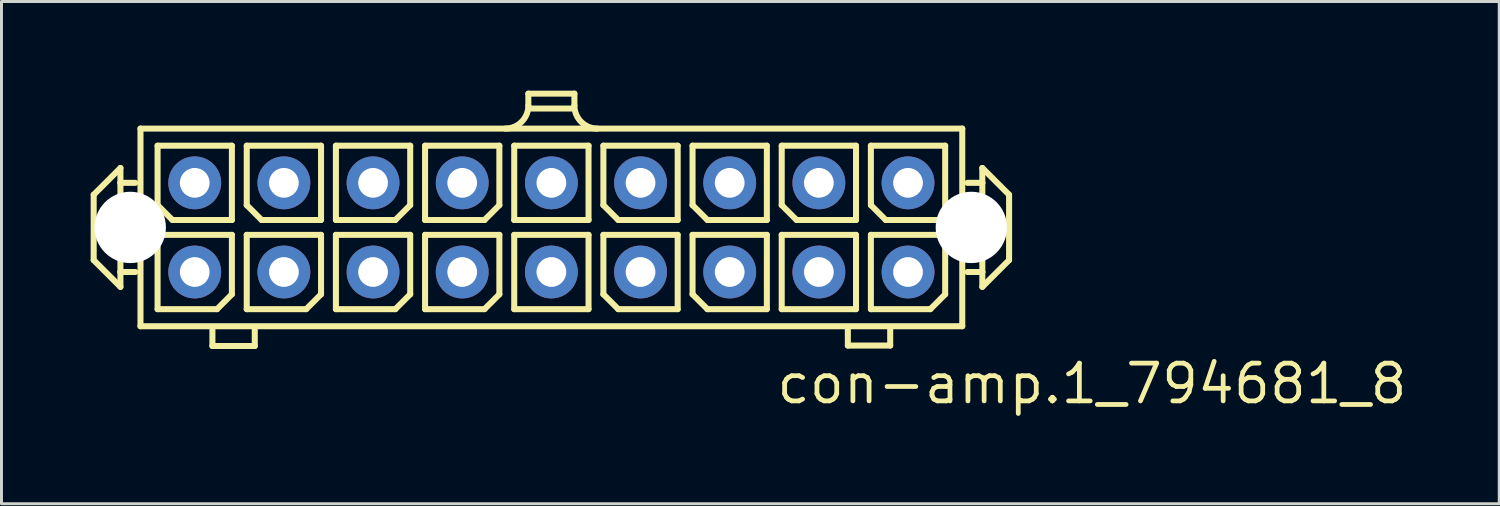
<source format=kicad_pcb>
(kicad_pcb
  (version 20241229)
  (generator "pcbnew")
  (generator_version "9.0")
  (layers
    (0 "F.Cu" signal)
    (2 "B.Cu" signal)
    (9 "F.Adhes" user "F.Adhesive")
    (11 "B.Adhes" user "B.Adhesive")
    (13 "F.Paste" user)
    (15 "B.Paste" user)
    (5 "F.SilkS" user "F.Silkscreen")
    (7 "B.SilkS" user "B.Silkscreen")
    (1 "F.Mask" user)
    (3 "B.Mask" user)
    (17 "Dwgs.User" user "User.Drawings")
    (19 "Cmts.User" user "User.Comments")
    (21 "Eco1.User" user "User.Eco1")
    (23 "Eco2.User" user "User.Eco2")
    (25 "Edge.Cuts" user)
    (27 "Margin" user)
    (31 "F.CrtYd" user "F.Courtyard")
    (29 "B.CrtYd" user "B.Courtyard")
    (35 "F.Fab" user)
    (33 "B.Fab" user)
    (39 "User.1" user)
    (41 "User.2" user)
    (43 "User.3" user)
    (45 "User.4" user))
  (footprint "con-amp.1_794681_8"
    (layer "F.Cu")
    (at 15.502 4.602)
    (property "Reference" "con-amp.1_794681_8" (at 7.5 6 0) (layer "F.SilkS") (effects (font (size 1.27 1.27) (thickness 0.16)) (justify left bottom)))
    (attr through_hole)
    (fp_line (start -15.4 -1.1) (end -14.5 -2) (stroke (width 0.203) (type default)) (layer "F.SilkS"))
    (fp_line (start -15.4 1.1) (end -15.4 -1.1) (stroke (width 0.203) (type default)) (layer "F.SilkS"))
    (fp_line (start -14.5 -2) (end -14.5 -1.5) (stroke (width 0.203) (type default)) (layer "F.SilkS"))
    (fp_line (start -14.5 -1.5) (end -14.5 1.5) (stroke (width 0.203) (type default)) (layer "F.SilkS"))
    (fp_line (start -14.5 -1.5) (end -14 -1.5) (stroke (width 0.203) (type default)) (layer "F.SilkS"))
    (fp_line (start -14.5 1.5) (end -14.5 2) (stroke (width 0.203) (type default)) (layer "F.SilkS"))
    (fp_line (start -14.5 1.5) (end -14 1.5) (stroke (width 0.203) (type default)) (layer "F.SilkS"))
    (fp_line (start -14.5 2) (end -15.4 1.1) (stroke (width 0.203) (type default)) (layer "F.SilkS"))
    (fp_line (start -13.825 -3.325) (end 13.825 -3.325) (stroke (width 0.203) (type default)) (layer "F.SilkS"))
    (fp_line (start -13.825 3.325) (end -13.825 -3.325) (stroke (width 0.203) (type default)) (layer "F.SilkS"))
    (fp_line (start -13.25 -2.75) (end -13.25 -0.75) (stroke (width 0.203) (type default)) (layer "F.SilkS"))
    (fp_line (start -13.25 0.25) (end -13.25 2.75) (stroke (width 0.203) (type default)) (layer "F.SilkS"))
    (fp_line (start -13.25 0.25) (end -10.75 0.25) (stroke (width 0.203) (type default)) (layer "F.SilkS"))
    (fp_line (start -13.25 2.75) (end -11.25 2.75) (stroke (width 0.203) (type default)) (layer "F.SilkS"))
    (fp_line (start -12.75 -0.25) (end -13.25 -0.75) (stroke (width 0.203) (type default)) (layer "F.SilkS"))
    (fp_line (start -12.75 -0.25) (end -10.75 -0.25) (stroke (width 0.203) (type default)) (layer "F.SilkS"))
    (fp_line (start -11.405 3.99) (end -11.405 3.44) (stroke (width 0.203) (type default)) (layer "F.SilkS"))
    (fp_line (start -11.25 2.75) (end -10.75 2.25) (stroke (width 0.203) (type default)) (layer "F.SilkS"))
    (fp_line (start -10.75 -2.75) (end -13.25 -2.75) (stroke (width 0.203) (type default)) (layer "F.SilkS"))
    (fp_line (start -10.75 -2.75) (end -10.75 -0.25) (stroke (width 0.203) (type default)) (layer "F.SilkS"))
    (fp_line (start -10.75 0.25) (end -10.75 2.25) (stroke (width 0.203) (type default)) (layer "F.SilkS"))
    (fp_line (start -10.25 -2.75) (end -10.25 -0.75) (stroke (width 0.203) (type default)) (layer "F.SilkS"))
    (fp_line (start -10.25 0.25) (end -10.25 2.75) (stroke (width 0.203) (type default)) (layer "F.SilkS"))
    (fp_line (start -10.25 0.25) (end -7.75 0.25) (stroke (width 0.203) (type default)) (layer "F.SilkS"))
    (fp_line (start -10.25 2.75) (end -8.25 2.75) (stroke (width 0.203) (type default)) (layer "F.SilkS"))
    (fp_line (start -9.98 3.99) (end -11.405 3.99) (stroke (width 0.203) (type default)) (layer "F.SilkS"))
    (fp_line (start -9.98 3.99) (end -9.98 3.44) (stroke (width 0.203) (type default)) (layer "F.SilkS"))
    (fp_line (start -9.75 -0.25) (end -10.25 -0.75) (stroke (width 0.203) (type default)) (layer "F.SilkS"))
    (fp_line (start -9.75 -0.25) (end -7.75 -0.25) (stroke (width 0.203) (type default)) (layer "F.SilkS"))
    (fp_line (start -8.25 2.75) (end -7.75 2.25) (stroke (width 0.203) (type default)) (layer "F.SilkS"))
    (fp_line (start -7.75 -2.75) (end -10.25 -2.75) (stroke (width 0.203) (type default)) (layer "F.SilkS"))
    (fp_line (start -7.75 -2.75) (end -7.75 -0.25) (stroke (width 0.203) (type default)) (layer "F.SilkS"))
    (fp_line (start -7.75 0.25) (end -7.75 2.25) (stroke (width 0.203) (type default)) (layer "F.SilkS"))
    (fp_line (start -7.25 -2.75) (end -7.25 -0.25) (stroke (width 0.203) (type default)) (layer "F.SilkS"))
    (fp_line (start -7.25 -0.25) (end -5.25 -0.25) (stroke (width 0.203) (type default)) (layer "F.SilkS"))
    (fp_line (start -7.25 0.25) (end -7.25 2.75) (stroke (width 0.203) (type default)) (layer "F.SilkS"))
    (fp_line (start -7.25 0.25) (end -4.75 0.25) (stroke (width 0.203) (type default)) (layer "F.SilkS"))
    (fp_line (start -7.25 2.75) (end -5.25 2.75) (stroke (width 0.203) (type default)) (layer "F.SilkS"))
    (fp_line (start -5.25 -0.25) (end -4.75 -0.75) (stroke (width 0.203) (type default)) (layer "F.SilkS"))
    (fp_line (start -5.25 2.75) (end -4.75 2.25) (stroke (width 0.203) (type default)) (layer "F.SilkS"))
    (fp_line (start -4.75 -2.75) (end -7.25 -2.75) (stroke (width 0.203) (type default)) (layer "F.SilkS"))
    (fp_line (start -4.75 -2.75) (end -4.75 -0.75) (stroke (width 0.203) (type default)) (layer "F.SilkS"))
    (fp_line (start -4.75 0.25) (end -4.75 2.25) (stroke (width 0.203) (type default)) (layer "F.SilkS"))
    (fp_line (start -4.25 -2.75) (end -4.25 -0.25) (stroke (width 0.203) (type default)) (layer "F.SilkS"))
    (fp_line (start -4.25 -0.25) (end -2.25 -0.25) (stroke (width 0.203) (type default)) (layer "F.SilkS"))
    (fp_line (start -4.25 0.25) (end -4.25 2.75) (stroke (width 0.203) (type default)) (layer "F.SilkS"))
    (fp_line (start -4.25 0.25) (end -1.75 0.25) (stroke (width 0.203) (type default)) (layer "F.SilkS"))
    (fp_line (start -4.25 2.75) (end -2.25 2.75) (stroke (width 0.203) (type default)) (layer "F.SilkS"))
    (fp_line (start -2.25 -0.25) (end -1.75 -0.75) (stroke (width 0.203) (type default)) (layer "F.SilkS"))
    (fp_line (start -2.25 2.75) (end -1.75 2.25) (stroke (width 0.203) (type default)) (layer "F.SilkS"))
    (fp_line (start -1.75 -2.75) (end -4.25 -2.75) (stroke (width 0.203) (type default)) (layer "F.SilkS"))
    (fp_line (start -1.75 -2.75) (end -1.75 -0.75) (stroke (width 0.203) (type default)) (layer "F.SilkS"))
    (fp_line (start -1.75 0.25) (end -1.75 2.25) (stroke (width 0.203) (type default)) (layer "F.SilkS"))
    (fp_line (start -1.25 -2.75) (end -1.25 -0.25) (stroke (width 0.203) (type default)) (layer "F.SilkS"))
    (fp_line (start -1.25 -0.25) (end 1.25 -0.25) (stroke (width 0.203) (type default)) (layer "F.SilkS"))
    (fp_line (start -1.25 0.25) (end -1.25 2.75) (stroke (width 0.203) (type default)) (layer "F.SilkS"))
    (fp_line (start -1.25 0.25) (end 1.25 0.25) (stroke (width 0.203) (type default)) (layer "F.SilkS"))
    (fp_line (start -1.25 2.75) (end 1.25 2.75) (stroke (width 0.203) (type default)) (layer "F.SilkS"))
    (fp_line (start -0.775 -4.5) (end 0.775 -4.5) (stroke (width 0.203) (type default)) (layer "F.SilkS"))
    (fp_line (start -0.775 -4.1) (end -0.775 -4.5) (stroke (width 0.203) (type default)) (layer "F.SilkS"))
    (fp_line (start 0.75 -4) (end -0.75 -4) (stroke (width 0.203) (type default)) (layer "F.SilkS"))
    (fp_line (start 0.775 -4.1) (end 0.775 -4.5) (stroke (width 0.203) (type default)) (layer "F.SilkS"))
    (fp_line (start 1.25 -2.75) (end -1.25 -2.75) (stroke (width 0.203) (type default)) (layer "F.SilkS"))
    (fp_line (start 1.25 -2.75) (end 1.25 -0.25) (stroke (width 0.203) (type default)) (layer "F.SilkS"))
    (fp_line (start 1.25 0.25) (end 1.25 2.75) (stroke (width 0.203) (type default)) (layer "F.SilkS"))
    (fp_line (start 1.75 -2.75) (end 1.75 -0.75) (stroke (width 0.203) (type default)) (layer "F.SilkS"))
    (fp_line (start 1.75 0.25) (end 1.75 2.25) (stroke (width 0.203) (type default)) (layer "F.SilkS"))
    (fp_line (start 1.75 0.25) (end 4.25 0.25) (stroke (width 0.203) (type default)) (layer "F.SilkS"))
    (fp_line (start 2.25 -0.25) (end 1.75 -0.75) (stroke (width 0.203) (type default)) (layer "F.SilkS"))
    (fp_line (start 2.25 -0.25) (end 4.25 -0.25) (stroke (width 0.203) (type default)) (layer "F.SilkS"))
    (fp_line (start 2.25 2.75) (end 1.75 2.25) (stroke (width 0.203) (type default)) (layer "F.SilkS"))
    (fp_line (start 2.25 2.75) (end 4.25 2.75) (stroke (width 0.203) (type default)) (layer "F.SilkS"))
    (fp_line (start 4.25 -2.75) (end 1.75 -2.75) (stroke (width 0.203) (type default)) (layer "F.SilkS"))
    (fp_line (start 4.25 -2.75) (end 4.25 -0.25) (stroke (width 0.203) (type default)) (layer "F.SilkS"))
    (fp_line (start 4.25 0.25) (end 4.25 2.75) (stroke (width 0.203) (type default)) (layer "F.SilkS"))
    (fp_line (start 4.75 -2.75) (end 4.75 -0.75) (stroke (width 0.203) (type default)) (layer "F.SilkS"))
    (fp_line (start 4.75 0.25) (end 4.75 2.25) (stroke (width 0.203) (type default)) (layer "F.SilkS"))
    (fp_line (start 4.75 0.25) (end 7.25 0.25) (stroke (width 0.203) (type default)) (layer "F.SilkS"))
    (fp_line (start 5.25 -0.25) (end 4.75 -0.75) (stroke (width 0.203) (type default)) (layer "F.SilkS"))
    (fp_line (start 5.25 -0.25) (end 7.25 -0.25) (stroke (width 0.203) (type default)) (layer "F.SilkS"))
    (fp_line (start 5.25 2.75) (end 4.75 2.25) (stroke (width 0.203) (type default)) (layer "F.SilkS"))
    (fp_line (start 5.25 2.75) (end 7.25 2.75) (stroke (width 0.203) (type default)) (layer "F.SilkS"))
    (fp_line (start 7.25 -2.75) (end 4.75 -2.75) (stroke (width 0.203) (type default)) (layer "F.SilkS"))
    (fp_line (start 7.25 -2.75) (end 7.25 -0.25) (stroke (width 0.203) (type default)) (layer "F.SilkS"))
    (fp_line (start 7.25 0.25) (end 7.25 2.75) (stroke (width 0.203) (type default)) (layer "F.SilkS"))
    (fp_line (start 7.75 -2.75) (end 7.75 -0.75) (stroke (width 0.203) (type default)) (layer "F.SilkS"))
    (fp_line (start 7.75 0.25) (end 7.75 2.75) (stroke (width 0.203) (type default)) (layer "F.SilkS"))
    (fp_line (start 7.75 0.25) (end 10.25 0.25) (stroke (width 0.203) (type default)) (layer "F.SilkS"))
    (fp_line (start 7.75 2.75) (end 10.25 2.75) (stroke (width 0.203) (type default)) (layer "F.SilkS"))
    (fp_line (start 8.25 -0.25) (end 7.75 -0.75) (stroke (width 0.203) (type default)) (layer "F.SilkS"))
    (fp_line (start 8.25 -0.25) (end 10.25 -0.25) (stroke (width 0.203) (type default)) (layer "F.SilkS"))
    (fp_line (start 9.975 3.975) (end 9.975 3.425) (stroke (width 0.203) (type default)) (layer "F.SilkS"))
    (fp_line (start 10.25 -2.75) (end 7.75 -2.75) (stroke (width 0.203) (type default)) (layer "F.SilkS"))
    (fp_line (start 10.25 -2.75) (end 10.25 -0.25) (stroke (width 0.203) (type default)) (layer "F.SilkS"))
    (fp_line (start 10.25 0.25) (end 10.25 2.75) (stroke (width 0.203) (type default)) (layer "F.SilkS"))
    (fp_line (start 10.75 -2.75) (end 10.75 -0.75) (stroke (width 0.203) (type default)) (layer "F.SilkS"))
    (fp_line (start 10.75 0.25) (end 10.75 2.75) (stroke (width 0.203) (type default)) (layer "F.SilkS"))
    (fp_line (start 10.75 0.25) (end 13.25 0.25) (stroke (width 0.203) (type default)) (layer "F.SilkS"))
    (fp_line (start 10.75 2.75) (end 12.75 2.75) (stroke (width 0.203) (type default)) (layer "F.SilkS"))
    (fp_line (start 11.25 -0.25) (end 10.75 -0.75) (stroke (width 0.203) (type default)) (layer "F.SilkS"))
    (fp_line (start 11.25 -0.25) (end 13.25 -0.25) (stroke (width 0.203) (type default)) (layer "F.SilkS"))
    (fp_line (start 11.4 3.975) (end 9.975 3.975) (stroke (width 0.203) (type default)) (layer "F.SilkS"))
    (fp_line (start 11.4 3.975) (end 11.4 3.425) (stroke (width 0.203) (type default)) (layer "F.SilkS"))
    (fp_line (start 12.75 2.75) (end 13.25 2.25) (stroke (width 0.203) (type default)) (layer "F.SilkS"))
    (fp_line (start 13.25 -2.75) (end 10.75 -2.75) (stroke (width 0.203) (type default)) (layer "F.SilkS"))
    (fp_line (start 13.25 -0.25) (end 13.25 -2.75) (stroke (width 0.203) (type default)) (layer "F.SilkS"))
    (fp_line (start 13.25 2.25) (end 13.25 0.25) (stroke (width 0.203) (type default)) (layer "F.SilkS"))
    (fp_line (start 13.825 -3.325) (end 13.825 3.325) (stroke (width 0.203) (type default)) (layer "F.SilkS"))
    (fp_line (start 13.825 3.325) (end -13.825 3.325) (stroke (width 0.203) (type default)) (layer "F.SilkS"))
    (fp_line (start 14.5 -2) (end 14.5 -1.5) (stroke (width 0.203) (type default)) (layer "F.SilkS"))
    (fp_line (start 14.5 -2) (end 15.4 -1.1) (stroke (width 0.203) (type default)) (layer "F.SilkS"))
    (fp_line (start 14.5 -1.5) (end 14 -1.5) (stroke (width 0.203) (type default)) (layer "F.SilkS"))
    (fp_line (start 14.5 -1.5) (end 14.5 1.5) (stroke (width 0.203) (type default)) (layer "F.SilkS"))
    (fp_line (start 14.5 1.5) (end 14 1.5) (stroke (width 0.203) (type default)) (layer "F.SilkS"))
    (fp_line (start 14.5 1.5) (end 14.5 2) (stroke (width 0.203) (type default)) (layer "F.SilkS"))
    (fp_line (start 15.4 -1.1) (end 15.4 1.1) (stroke (width 0.203) (type default)) (layer "F.SilkS"))
    (fp_line (start 15.4 1.1) (end 14.5 2) (stroke (width 0.203) (type default)) (layer "F.SilkS"))
    (fp_arc (start -0.775 -4.1) (mid -1.001992 -3.551992) (end -1.55 -3.325) (stroke (width 0.2032) (type default)) (layer "F.SilkS"))
    (fp_arc (start 1.55 -3.325) (mid 1.001992 -3.551992) (end 0.775 -4.1) (stroke (width 0.2032) (type default)) (layer "F.SilkS"))
    (pad "" np_thru_hole circle (at -14.17 0) (size 2.4 2.4) (drill 2.4) (layers "*.Cu" "*.Mask"))
    (pad "" np_thru_hole circle (at 14.13 0) (size 2.4 2.4) (drill 2.4) (layers "*.Cu" "*.Mask"))
    (pad "1" thru_hole circle (at 12 1.5) (size 1.778 1.778) (drill 1) (layers "*.Cu" "*.Mask"))
    (pad "2" thru_hole circle (at 12 -1.5) (size 1.778 1.778) (drill 1) (layers "*.Cu" "*.Mask"))
    (pad "3" thru_hole circle (at 9 1.5) (size 1.778 1.778) (drill 1) (layers "*.Cu" "*.Mask"))
    (pad "4" thru_hole circle (at 9 -1.5) (size 1.778 1.778) (drill 1) (layers "*.Cu" "*.Mask"))
    (pad "5" thru_hole circle (at 6 1.5) (size 1.778 1.778) (drill 1) (layers "*.Cu" "*.Mask"))
    (pad "6" thru_hole circle (at 6 -1.5) (size 1.778 1.778) (drill 1) (layers "*.Cu" "*.Mask"))
    (pad "7" thru_hole circle (at 3 1.5) (size 1.778 1.778) (drill 1) (layers "*.Cu" "*.Mask"))
    (pad "8" thru_hole circle (at 3 -1.5) (size 1.778 1.778) (drill 1) (layers "*.Cu" "*.Mask"))
    (pad "9" thru_hole circle (at 0 1.5) (size 1.778 1.778) (drill 1) (layers "*.Cu" "*.Mask"))
    (pad "10" thru_hole circle (at 0 -1.5) (size 1.778 1.778) (drill 1) (layers "*.Cu" "*.Mask"))
    (pad "11" thru_hole circle (at -3 1.5) (size 1.778 1.778) (drill 1) (layers "*.Cu" "*.Mask"))
    (pad "12" thru_hole circle (at -3 -1.5) (size 1.778 1.778) (drill 1) (layers "*.Cu" "*.Mask"))
    (pad "13" thru_hole circle (at -6 1.5) (size 1.778 1.778) (drill 1) (layers "*.Cu" "*.Mask"))
    (pad "14" thru_hole circle (at -6 -1.5) (size 1.778 1.778) (drill 1) (layers "*.Cu" "*.Mask"))
    (pad "15" thru_hole circle (at -9 1.5) (size 1.778 1.778) (drill 1) (layers "*.Cu" "*.Mask"))
    (pad "16" thru_hole circle (at -9 -1.5) (size 1.778 1.778) (drill 1) (layers "*.Cu" "*.Mask"))
    (pad "17" thru_hole circle (at -12 1.5) (size 1.778 1.778) (drill 1) (layers "*.Cu" "*.Mask"))
    (pad "18" thru_hole circle (at -12 -1.5) (size 1.778 1.778) (drill 1) (layers "*.Cu" "*.Mask")))
  (gr_rect
    (start -3 -3)
    (end 47.394 13.899)
    (stroke (width 0.1) (type default))
    (fill no)
    (layer "Edge.Cuts")))
</source>
